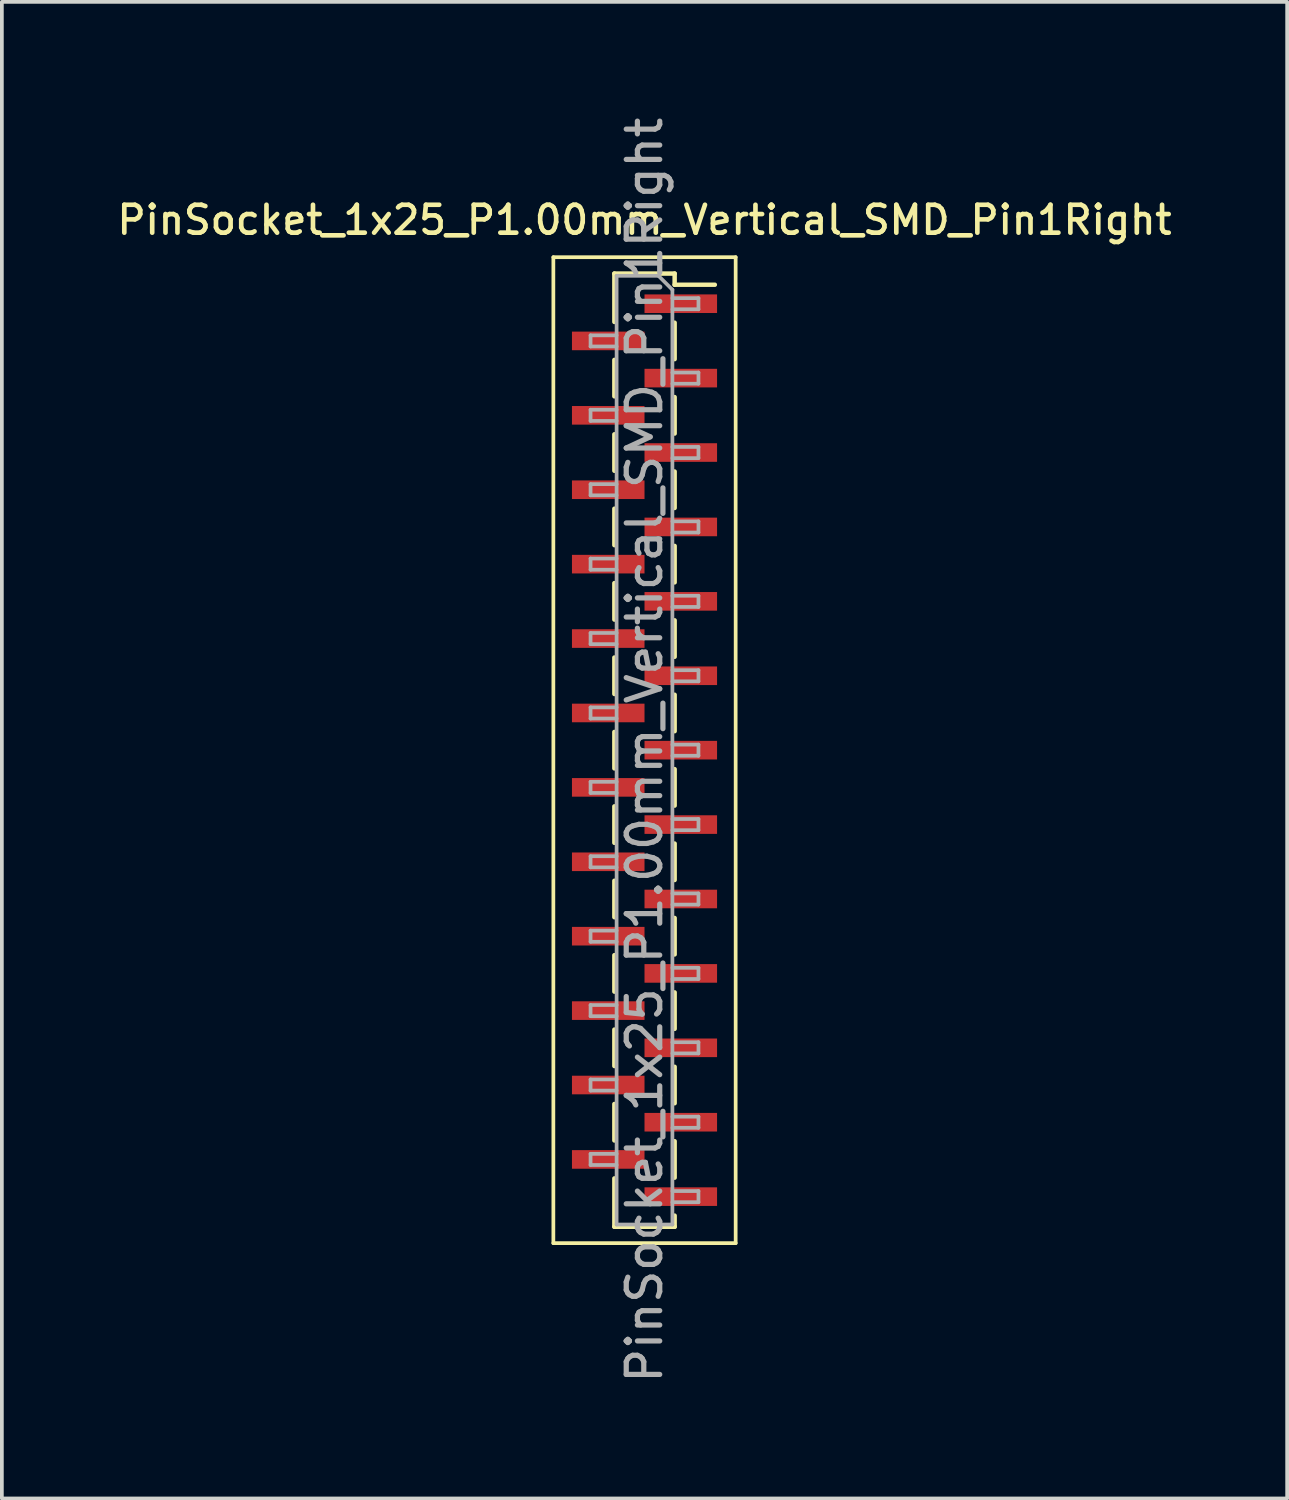
<source format=kicad_pcb>
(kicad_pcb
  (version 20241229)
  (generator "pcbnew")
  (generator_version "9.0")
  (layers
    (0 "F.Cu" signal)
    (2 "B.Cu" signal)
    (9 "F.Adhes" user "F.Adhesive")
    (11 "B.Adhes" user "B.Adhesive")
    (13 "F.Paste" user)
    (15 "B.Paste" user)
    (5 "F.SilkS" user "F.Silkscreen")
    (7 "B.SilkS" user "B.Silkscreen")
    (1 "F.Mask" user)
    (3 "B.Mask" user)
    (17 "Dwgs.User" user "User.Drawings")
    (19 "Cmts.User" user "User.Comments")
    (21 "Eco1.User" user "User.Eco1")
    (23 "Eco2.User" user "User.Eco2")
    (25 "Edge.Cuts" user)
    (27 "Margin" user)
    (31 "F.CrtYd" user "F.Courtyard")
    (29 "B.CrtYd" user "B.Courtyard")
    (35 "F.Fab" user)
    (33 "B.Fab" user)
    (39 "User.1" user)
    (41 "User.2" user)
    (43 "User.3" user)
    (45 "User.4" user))
  (footprint "PinSocket_1x25_P1.00mm_Vertical_SMD_Pin1Right"
    (layer "F.Cu")
    (at 14.273 17.113)
    (property "Reference" "PinSocket_1x25_P1.00mm_Vertical_SMD_Pin1Right" (at 0 -14.25 0) (layer "F.SilkS") (effects (font (size 0.75 0.75) (thickness 0.125))))
    (attr smd)
    (fp_line (start -2.45 -13.25) (end 2.45 -13.25) (stroke (width 0.1) (type solid)) (layer "F.SilkS"))
    (fp_line (start -2.45 13.25) (end -2.45 -13.25) (stroke (width 0.1) (type solid)) (layer "F.SilkS"))
    (fp_line (start -0.81 -12.81) (end -0.81 -11.51) (stroke (width 0.12) (type solid)) (layer "F.SilkS"))
    (fp_line (start -0.81 -12.81) (end 0.81 -12.81) (stroke (width 0.12) (type solid)) (layer "F.SilkS"))
    (fp_line (start -0.81 -10.49) (end -0.81 -9.51) (stroke (width 0.12) (type solid)) (layer "F.SilkS"))
    (fp_line (start -0.81 -8.49) (end -0.81 -7.51) (stroke (width 0.12) (type solid)) (layer "F.SilkS"))
    (fp_line (start -0.81 -6.49) (end -0.81 -5.51) (stroke (width 0.12) (type solid)) (layer "F.SilkS"))
    (fp_line (start -0.81 -4.49) (end -0.81 -3.51) (stroke (width 0.12) (type solid)) (layer "F.SilkS"))
    (fp_line (start -0.81 -2.49) (end -0.81 -1.51) (stroke (width 0.12) (type solid)) (layer "F.SilkS"))
    (fp_line (start -0.81 -0.49) (end -0.81 0.49) (stroke (width 0.12) (type solid)) (layer "F.SilkS"))
    (fp_line (start -0.81 1.51) (end -0.81 2.49) (stroke (width 0.12) (type solid)) (layer "F.SilkS"))
    (fp_line (start -0.81 3.51) (end -0.81 4.49) (stroke (width 0.12) (type solid)) (layer "F.SilkS"))
    (fp_line (start -0.81 5.51) (end -0.81 6.49) (stroke (width 0.12) (type solid)) (layer "F.SilkS"))
    (fp_line (start -0.81 7.51) (end -0.81 8.49) (stroke (width 0.12) (type solid)) (layer "F.SilkS"))
    (fp_line (start -0.81 9.51) (end -0.81 10.49) (stroke (width 0.12) (type solid)) (layer "F.SilkS"))
    (fp_line (start -0.81 11.51) (end -0.81 12.81) (stroke (width 0.12) (type solid)) (layer "F.SilkS"))
    (fp_line (start -0.81 12.81) (end 0.81 12.81) (stroke (width 0.12) (type solid)) (layer "F.SilkS"))
    (fp_line (start 0.81 -12.81) (end 0.81 -12.51) (stroke (width 0.12) (type solid)) (layer "F.SilkS"))
    (fp_line (start 0.81 -12.51) (end 1.89 -12.51) (stroke (width 0.12) (type solid)) (layer "F.SilkS"))
    (fp_line (start 0.81 -11.49) (end 0.81 -10.51) (stroke (width 0.12) (type solid)) (layer "F.SilkS"))
    (fp_line (start 0.81 -9.49) (end 0.81 -8.51) (stroke (width 0.12) (type solid)) (layer "F.SilkS"))
    (fp_line (start 0.81 -7.49) (end 0.81 -6.51) (stroke (width 0.12) (type solid)) (layer "F.SilkS"))
    (fp_line (start 0.81 -5.49) (end 0.81 -4.51) (stroke (width 0.12) (type solid)) (layer "F.SilkS"))
    (fp_line (start 0.81 -3.49) (end 0.81 -2.51) (stroke (width 0.12) (type solid)) (layer "F.SilkS"))
    (fp_line (start 0.81 -1.49) (end 0.81 -0.51) (stroke (width 0.12) (type solid)) (layer "F.SilkS"))
    (fp_line (start 0.81 0.51) (end 0.81 1.49) (stroke (width 0.12) (type solid)) (layer "F.SilkS"))
    (fp_line (start 0.81 2.51) (end 0.81 3.49) (stroke (width 0.12) (type solid)) (layer "F.SilkS"))
    (fp_line (start 0.81 4.51) (end 0.81 5.49) (stroke (width 0.12) (type solid)) (layer "F.SilkS"))
    (fp_line (start 0.81 6.51) (end 0.81 7.49) (stroke (width 0.12) (type solid)) (layer "F.SilkS"))
    (fp_line (start 0.81 8.51) (end 0.81 9.49) (stroke (width 0.12) (type solid)) (layer "F.SilkS"))
    (fp_line (start 0.81 10.51) (end 0.81 11.49) (stroke (width 0.12) (type solid)) (layer "F.SilkS"))
    (fp_line (start 0.81 12.51) (end 0.81 12.81) (stroke (width 0.12) (type solid)) (layer "F.SilkS"))
    (fp_line (start 2.45 -13.25) (end 2.45 13.25) (stroke (width 0.1) (type solid)) (layer "F.SilkS"))
    (fp_line (start 2.45 13.25) (end -2.45 13.25) (stroke (width 0.1) (type solid)) (layer "F.SilkS"))
    (fp_line (start -1.45 -11.15) (end -0.75 -11.15) (stroke (width 0.1) (type solid)) (layer "F.Fab"))
    (fp_line (start -1.45 -10.85) (end -1.45 -11.15) (stroke (width 0.1) (type solid)) (layer "F.Fab"))
    (fp_line (start -1.45 -9.15) (end -0.75 -9.15) (stroke (width 0.1) (type solid)) (layer "F.Fab"))
    (fp_line (start -1.45 -8.85) (end -1.45 -9.15) (stroke (width 0.1) (type solid)) (layer "F.Fab"))
    (fp_line (start -1.45 -7.15) (end -0.75 -7.15) (stroke (width 0.1) (type solid)) (layer "F.Fab"))
    (fp_line (start -1.45 -6.85) (end -1.45 -7.15) (stroke (width 0.1) (type solid)) (layer "F.Fab"))
    (fp_line (start -1.45 -5.15) (end -0.75 -5.15) (stroke (width 0.1) (type solid)) (layer "F.Fab"))
    (fp_line (start -1.45 -4.85) (end -1.45 -5.15) (stroke (width 0.1) (type solid)) (layer "F.Fab"))
    (fp_line (start -1.45 -3.15) (end -0.75 -3.15) (stroke (width 0.1) (type solid)) (layer "F.Fab"))
    (fp_line (start -1.45 -2.85) (end -1.45 -3.15) (stroke (width 0.1) (type solid)) (layer "F.Fab"))
    (fp_line (start -1.45 -1.15) (end -0.75 -1.15) (stroke (width 0.1) (type solid)) (layer "F.Fab"))
    (fp_line (start -1.45 -0.85) (end -1.45 -1.15) (stroke (width 0.1) (type solid)) (layer "F.Fab"))
    (fp_line (start -1.45 0.85) (end -0.75 0.85) (stroke (width 0.1) (type solid)) (layer "F.Fab"))
    (fp_line (start -1.45 1.15) (end -1.45 0.85) (stroke (width 0.1) (type solid)) (layer "F.Fab"))
    (fp_line (start -1.45 2.85) (end -0.75 2.85) (stroke (width 0.1) (type solid)) (layer "F.Fab"))
    (fp_line (start -1.45 3.15) (end -1.45 2.85) (stroke (width 0.1) (type solid)) (layer "F.Fab"))
    (fp_line (start -1.45 4.85) (end -0.75 4.85) (stroke (width 0.1) (type solid)) (layer "F.Fab"))
    (fp_line (start -1.45 5.15) (end -1.45 4.85) (stroke (width 0.1) (type solid)) (layer "F.Fab"))
    (fp_line (start -1.45 6.85) (end -0.75 6.85) (stroke (width 0.1) (type solid)) (layer "F.Fab"))
    (fp_line (start -1.45 7.15) (end -1.45 6.85) (stroke (width 0.1) (type solid)) (layer "F.Fab"))
    (fp_line (start -1.45 8.85) (end -0.75 8.85) (stroke (width 0.1) (type solid)) (layer "F.Fab"))
    (fp_line (start -1.45 9.15) (end -1.45 8.85) (stroke (width 0.1) (type solid)) (layer "F.Fab"))
    (fp_line (start -1.45 10.85) (end -0.75 10.85) (stroke (width 0.1) (type solid)) (layer "F.Fab"))
    (fp_line (start -1.45 11.15) (end -1.45 10.85) (stroke (width 0.1) (type solid)) (layer "F.Fab"))
    (fp_line (start -0.75 -12.75) (end 0.375 -12.75) (stroke (width 0.1) (type solid)) (layer "F.Fab"))
    (fp_line (start -0.75 -10.85) (end -1.45 -10.85) (stroke (width 0.1) (type solid)) (layer "F.Fab"))
    (fp_line (start -0.75 -8.85) (end -1.45 -8.85) (stroke (width 0.1) (type solid)) (layer "F.Fab"))
    (fp_line (start -0.75 -6.85) (end -1.45 -6.85) (stroke (width 0.1) (type solid)) (layer "F.Fab"))
    (fp_line (start -0.75 -4.85) (end -1.45 -4.85) (stroke (width 0.1) (type solid)) (layer "F.Fab"))
    (fp_line (start -0.75 -2.85) (end -1.45 -2.85) (stroke (width 0.1) (type solid)) (layer "F.Fab"))
    (fp_line (start -0.75 -0.85) (end -1.45 -0.85) (stroke (width 0.1) (type solid)) (layer "F.Fab"))
    (fp_line (start -0.75 1.15) (end -1.45 1.15) (stroke (width 0.1) (type solid)) (layer "F.Fab"))
    (fp_line (start -0.75 3.15) (end -1.45 3.15) (stroke (width 0.1) (type solid)) (layer "F.Fab"))
    (fp_line (start -0.75 5.15) (end -1.45 5.15) (stroke (width 0.1) (type solid)) (layer "F.Fab"))
    (fp_line (start -0.75 7.15) (end -1.45 7.15) (stroke (width 0.1) (type solid)) (layer "F.Fab"))
    (fp_line (start -0.75 9.15) (end -1.45 9.15) (stroke (width 0.1) (type solid)) (layer "F.Fab"))
    (fp_line (start -0.75 11.15) (end -1.45 11.15) (stroke (width 0.1) (type solid)) (layer "F.Fab"))
    (fp_line (start -0.75 12.75) (end -0.75 -12.75) (stroke (width 0.1) (type solid)) (layer "F.Fab"))
    (fp_line (start 0.375 -12.75) (end 0.75 -12.375) (stroke (width 0.1) (type solid)) (layer "F.Fab"))
    (fp_line (start 0.75 -12.375) (end 0.75 12.75) (stroke (width 0.1) (type solid)) (layer "F.Fab"))
    (fp_line (start 0.75 -12.15) (end 1.45 -12.15) (stroke (width 0.1) (type solid)) (layer "F.Fab"))
    (fp_line (start 0.75 -10.15) (end 1.45 -10.15) (stroke (width 0.1) (type solid)) (layer "F.Fab"))
    (fp_line (start 0.75 -8.15) (end 1.45 -8.15) (stroke (width 0.1) (type solid)) (layer "F.Fab"))
    (fp_line (start 0.75 -6.15) (end 1.45 -6.15) (stroke (width 0.1) (type solid)) (layer "F.Fab"))
    (fp_line (start 0.75 -4.15) (end 1.45 -4.15) (stroke (width 0.1) (type solid)) (layer "F.Fab"))
    (fp_line (start 0.75 -2.15) (end 1.45 -2.15) (stroke (width 0.1) (type solid)) (layer "F.Fab"))
    (fp_line (start 0.75 -0.15) (end 1.45 -0.15) (stroke (width 0.1) (type solid)) (layer "F.Fab"))
    (fp_line (start 0.75 1.85) (end 1.45 1.85) (stroke (width 0.1) (type solid)) (layer "F.Fab"))
    (fp_line (start 0.75 3.85) (end 1.45 3.85) (stroke (width 0.1) (type solid)) (layer "F.Fab"))
    (fp_line (start 0.75 5.85) (end 1.45 5.85) (stroke (width 0.1) (type solid)) (layer "F.Fab"))
    (fp_line (start 0.75 7.85) (end 1.45 7.85) (stroke (width 0.1) (type solid)) (layer "F.Fab"))
    (fp_line (start 0.75 9.85) (end 1.45 9.85) (stroke (width 0.1) (type solid)) (layer "F.Fab"))
    (fp_line (start 0.75 11.85) (end 1.45 11.85) (stroke (width 0.1) (type solid)) (layer "F.Fab"))
    (fp_line (start 0.75 12.75) (end -0.75 12.75) (stroke (width 0.1) (type solid)) (layer "F.Fab"))
    (fp_line (start 1.45 -12.15) (end 1.45 -11.85) (stroke (width 0.1) (type solid)) (layer "F.Fab"))
    (fp_line (start 1.45 -11.85) (end 0.75 -11.85) (stroke (width 0.1) (type solid)) (layer "F.Fab"))
    (fp_line (start 1.45 -10.15) (end 1.45 -9.85) (stroke (width 0.1) (type solid)) (layer "F.Fab"))
    (fp_line (start 1.45 -9.85) (end 0.75 -9.85) (stroke (width 0.1) (type solid)) (layer "F.Fab"))
    (fp_line (start 1.45 -8.15) (end 1.45 -7.85) (stroke (width 0.1) (type solid)) (layer "F.Fab"))
    (fp_line (start 1.45 -7.85) (end 0.75 -7.85) (stroke (width 0.1) (type solid)) (layer "F.Fab"))
    (fp_line (start 1.45 -6.15) (end 1.45 -5.85) (stroke (width 0.1) (type solid)) (layer "F.Fab"))
    (fp_line (start 1.45 -5.85) (end 0.75 -5.85) (stroke (width 0.1) (type solid)) (layer "F.Fab"))
    (fp_line (start 1.45 -4.15) (end 1.45 -3.85) (stroke (width 0.1) (type solid)) (layer "F.Fab"))
    (fp_line (start 1.45 -3.85) (end 0.75 -3.85) (stroke (width 0.1) (type solid)) (layer "F.Fab"))
    (fp_line (start 1.45 -2.15) (end 1.45 -1.85) (stroke (width 0.1) (type solid)) (layer "F.Fab"))
    (fp_line (start 1.45 -1.85) (end 0.75 -1.85) (stroke (width 0.1) (type solid)) (layer "F.Fab"))
    (fp_line (start 1.45 -0.15) (end 1.45 0.15) (stroke (width 0.1) (type solid)) (layer "F.Fab"))
    (fp_line (start 1.45 0.15) (end 0.75 0.15) (stroke (width 0.1) (type solid)) (layer "F.Fab"))
    (fp_line (start 1.45 1.85) (end 1.45 2.15) (stroke (width 0.1) (type solid)) (layer "F.Fab"))
    (fp_line (start 1.45 2.15) (end 0.75 2.15) (stroke (width 0.1) (type solid)) (layer "F.Fab"))
    (fp_line (start 1.45 3.85) (end 1.45 4.15) (stroke (width 0.1) (type solid)) (layer "F.Fab"))
    (fp_line (start 1.45 4.15) (end 0.75 4.15) (stroke (width 0.1) (type solid)) (layer "F.Fab"))
    (fp_line (start 1.45 5.85) (end 1.45 6.15) (stroke (width 0.1) (type solid)) (layer "F.Fab"))
    (fp_line (start 1.45 6.15) (end 0.75 6.15) (stroke (width 0.1) (type solid)) (layer "F.Fab"))
    (fp_line (start 1.45 7.85) (end 1.45 8.15) (stroke (width 0.1) (type solid)) (layer "F.Fab"))
    (fp_line (start 1.45 8.15) (end 0.75 8.15) (stroke (width 0.1) (type solid)) (layer "F.Fab"))
    (fp_line (start 1.45 9.85) (end 1.45 10.15) (stroke (width 0.1) (type solid)) (layer "F.Fab"))
    (fp_line (start 1.45 10.15) (end 0.75 10.15) (stroke (width 0.1) (type solid)) (layer "F.Fab"))
    (fp_line (start 1.45 11.85) (end 1.45 12.15) (stroke (width 0.1) (type solid)) (layer "F.Fab"))
    (fp_line (start 1.45 12.15) (end 0.75 12.15) (stroke (width 0.1) (type solid)) (layer "F.Fab"))
    (fp_text user "${REFERENCE}" (at 0 0 90) (layer "F.Fab") (effects (font (size 0.9 0.9) (thickness 0.14))))
    (pad "1" smd rect (at 0.975 -12) (size 1.95 0.5) (layers "F.Cu" "F.Mask" "F.Paste"))
    (pad "2" smd rect (at -0.975 -11) (size 1.95 0.5) (layers "F.Cu" "F.Mask" "F.Paste"))
    (pad "3" smd rect (at 0.975 -10) (size 1.95 0.5) (layers "F.Cu" "F.Mask" "F.Paste"))
    (pad "4" smd rect (at -0.975 -9) (size 1.95 0.5) (layers "F.Cu" "F.Mask" "F.Paste"))
    (pad "5" smd rect (at 0.975 -8) (size 1.95 0.5) (layers "F.Cu" "F.Mask" "F.Paste"))
    (pad "6" smd rect (at -0.975 -7) (size 1.95 0.5) (layers "F.Cu" "F.Mask" "F.Paste"))
    (pad "7" smd rect (at 0.975 -6) (size 1.95 0.5) (layers "F.Cu" "F.Mask" "F.Paste"))
    (pad "8" smd rect (at -0.975 -5) (size 1.95 0.5) (layers "F.Cu" "F.Mask" "F.Paste"))
    (pad "9" smd rect (at 0.975 -4) (size 1.95 0.5) (layers "F.Cu" "F.Mask" "F.Paste"))
    (pad "10" smd rect (at -0.975 -3) (size 1.95 0.5) (layers "F.Cu" "F.Mask" "F.Paste"))
    (pad "11" smd rect (at 0.975 -2) (size 1.95 0.5) (layers "F.Cu" "F.Mask" "F.Paste"))
    (pad "12" smd rect (at -0.975 -1) (size 1.95 0.5) (layers "F.Cu" "F.Mask" "F.Paste"))
    (pad "13" smd rect (at 0.975 0) (size 1.95 0.5) (layers "F.Cu" "F.Mask" "F.Paste"))
    (pad "14" smd rect (at -0.975 1) (size 1.95 0.5) (layers "F.Cu" "F.Mask" "F.Paste"))
    (pad "15" smd rect (at 0.975 2) (size 1.95 0.5) (layers "F.Cu" "F.Mask" "F.Paste"))
    (pad "16" smd rect (at -0.975 3) (size 1.95 0.5) (layers "F.Cu" "F.Mask" "F.Paste"))
    (pad "17" smd rect (at 0.975 4) (size 1.95 0.5) (layers "F.Cu" "F.Mask" "F.Paste"))
    (pad "18" smd rect (at -0.975 5) (size 1.95 0.5) (layers "F.Cu" "F.Mask" "F.Paste"))
    (pad "19" smd rect (at 0.975 6) (size 1.95 0.5) (layers "F.Cu" "F.Mask" "F.Paste"))
    (pad "20" smd rect (at -0.975 7) (size 1.95 0.5) (layers "F.Cu" "F.Mask" "F.Paste"))
    (pad "21" smd rect (at 0.975 8) (size 1.95 0.5) (layers "F.Cu" "F.Mask" "F.Paste"))
    (pad "22" smd rect (at -0.975 9) (size 1.95 0.5) (layers "F.Cu" "F.Mask" "F.Paste"))
    (pad "23" smd rect (at 0.975 10) (size 1.95 0.5) (layers "F.Cu" "F.Mask" "F.Paste"))
    (pad "24" smd rect (at -0.975 11) (size 1.95 0.5) (layers "F.Cu" "F.Mask" "F.Paste"))
    (pad "25" smd rect (at 0.975 12) (size 1.95 0.5) (layers "F.Cu" "F.Mask" "F.Paste")))
  (gr_rect
    (start -3 -3)
    (end 31.546 37.226)
    (stroke (width 0.1) (type default))
    (fill no)
    (layer "Edge.Cuts")))
</source>
